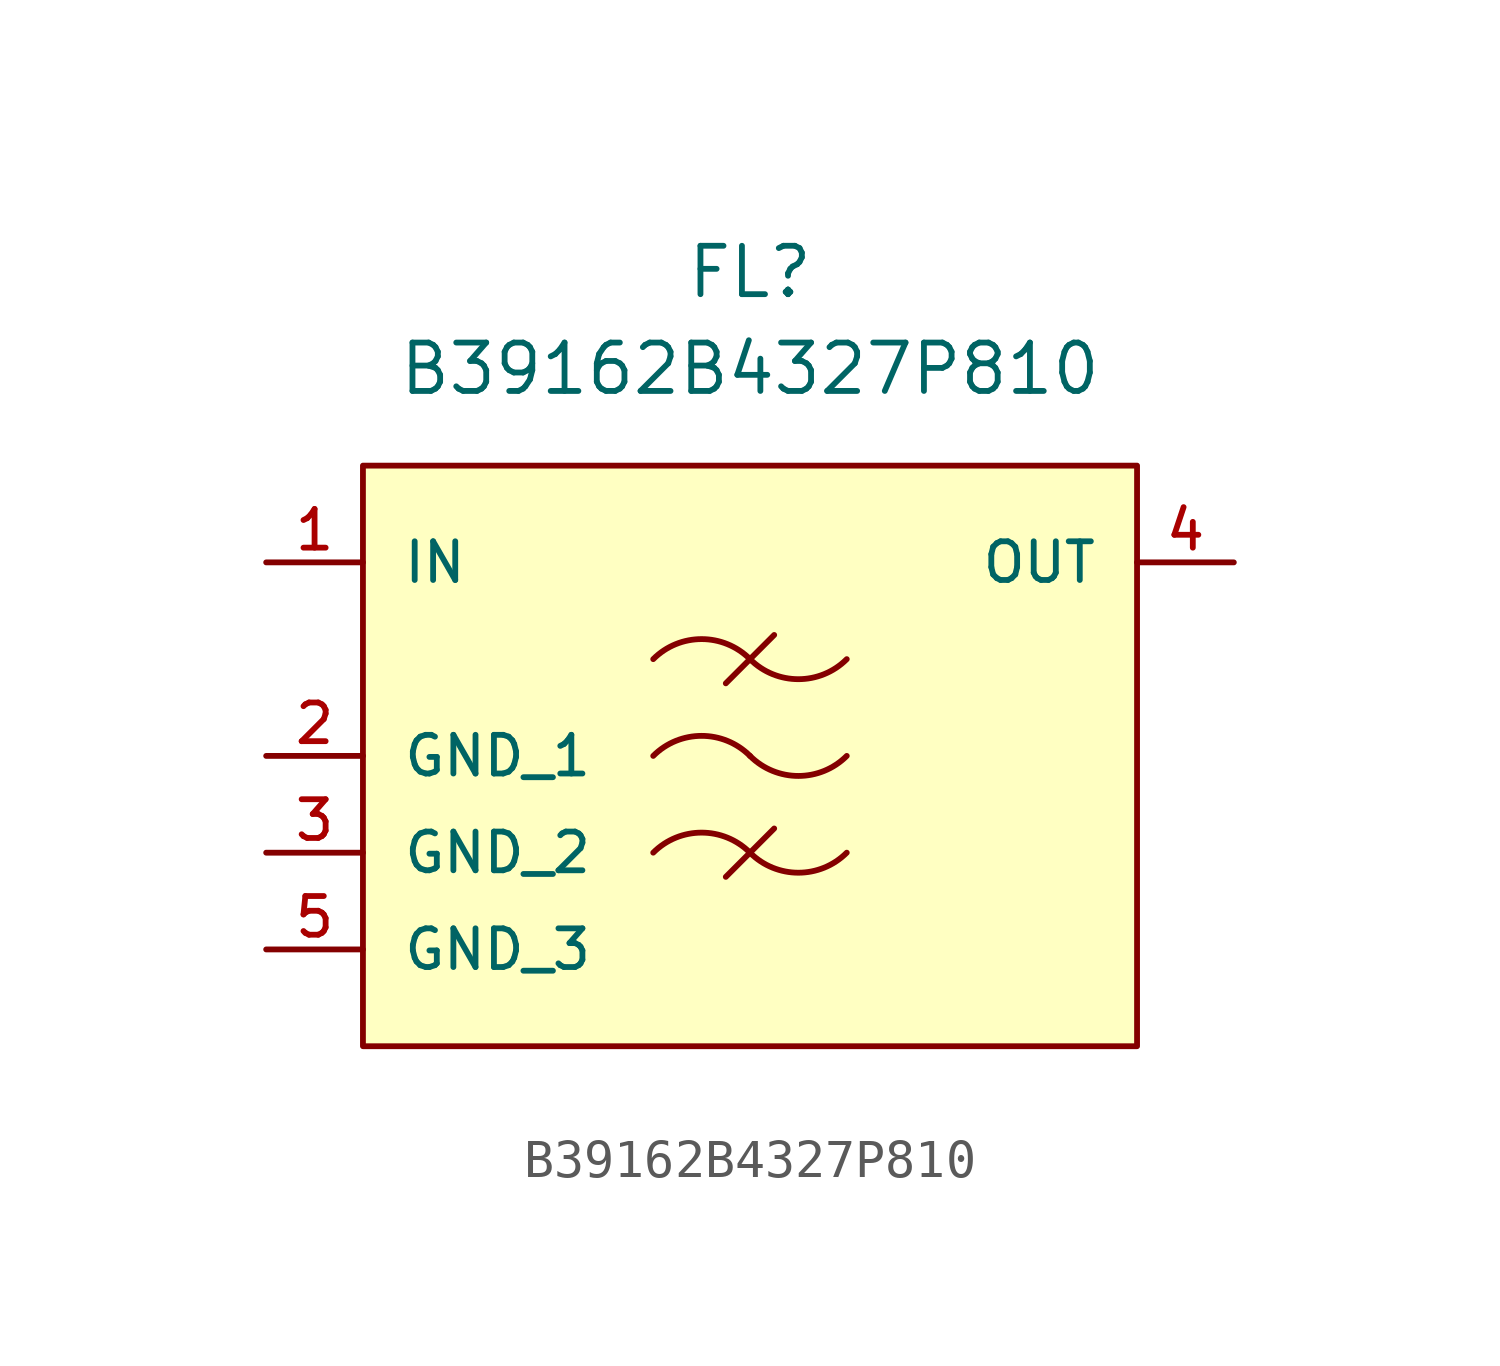
<source format=kicad_sym>
(kicad_symbol_lib
  (version 20220914)
  (generator kicad_symbol_editor)
  (symbol "B39162B4327P810"
    (pin_names
      (offset 1.016))
    (property "Reference" "FL"
      (at 0 7.62 0)
      (effects (font (size 1.27 1.27))))
    (property "Value" "B39162B4327P810"
      (at 0 5.08 0)
      (effects (font (size 1.27 1.27))))
    (symbol "B39162B4327P810_0_1"
      (arc (start 0 -7.6198) (mid -1.27 -7.0938) (end -2.54 -7.6198) (stroke (width 0) (type default)) (fill (type none)))
      (arc (start 0 -7.6198) (mid 1.27 -8.1458) (end 2.54 -7.6198) (stroke (width 0) (type default)) (fill (type none)))
      (arc (start 0 -5.0798) (mid -1.27 -4.5538) (end -2.54 -5.0798) (stroke (width 0) (type default)) (fill (type none)))
      (arc (start 0 -5.0798) (mid 1.27 -5.6058) (end 2.54 -5.0798) (stroke (width 0) (type default)) (fill (type none)))
      (arc (start 0 -2.5399) (mid -1.27 -2.0139) (end -2.54 -2.5399) (stroke (width 0) (type default)) (fill (type none)))
      (arc (start 0 -2.5399) (mid 1.27 -3.0659) (end 2.54 -2.5399) (stroke (width 0) (type default)) (fill (type none)))
      (polyline (pts (xy -0.635 -8.255) (xy 0.635 -6.985)) (stroke (width 0) (type default)) (fill (type none)))
      (polyline (pts (xy -0.635 -3.175) (xy 0.635 -1.905)) (stroke (width 0) (type default)) (fill (type none))))
    (symbol "B39162B4327P810_1_1"
      (rectangle (start -10.16 2.54) (end 10.16 -12.7) (stroke (width 0) (type solid)) (fill (type background)))
      (pin input line (at -12.7 0 0) (length 2.54) (name "IN" (effects (font (size 1.016 1.016)))) (number "1" (effects (font (size 1.016 1.016)))))
      (pin power_in line (at -12.7 -5.08 0) (length 2.54) (name "GND_1" (effects (font (size 1.016 1.016)))) (number "2" (effects (font (size 1.016 1.016)))))
      (pin power_in line (at -12.7 -7.62 0) (length 2.54) (name "GND_2" (effects (font (size 1.016 1.016)))) (number "3" (effects (font (size 1.016 1.016)))))
      (pin output line (at 12.7 0 180) (length 2.54) (name "OUT" (effects (font (size 1.016 1.016)))) (number "4" (effects (font (size 1.016 1.016)))))
      (pin power_in line (at -12.7 -10.16 0) (length 2.54) (name "GND_3" (effects (font (size 1.016 1.016)))) (number "5" (effects (font (size 1.016 1.016))))))))
</source>
